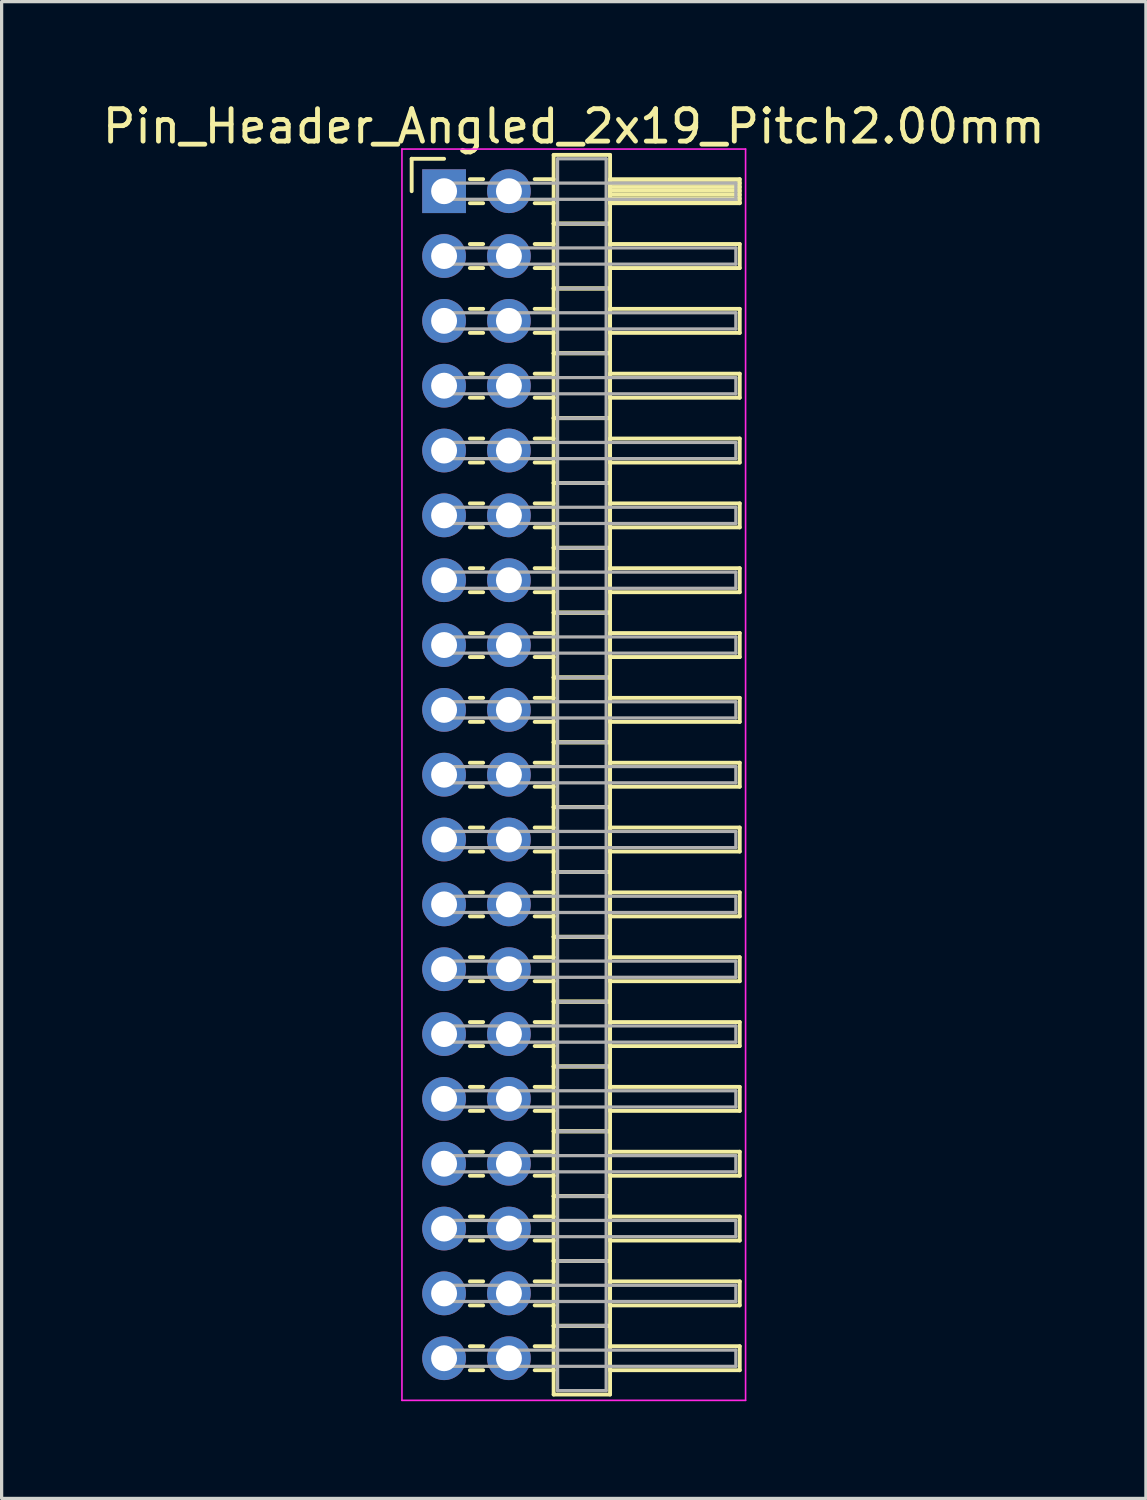
<source format=kicad_pcb>
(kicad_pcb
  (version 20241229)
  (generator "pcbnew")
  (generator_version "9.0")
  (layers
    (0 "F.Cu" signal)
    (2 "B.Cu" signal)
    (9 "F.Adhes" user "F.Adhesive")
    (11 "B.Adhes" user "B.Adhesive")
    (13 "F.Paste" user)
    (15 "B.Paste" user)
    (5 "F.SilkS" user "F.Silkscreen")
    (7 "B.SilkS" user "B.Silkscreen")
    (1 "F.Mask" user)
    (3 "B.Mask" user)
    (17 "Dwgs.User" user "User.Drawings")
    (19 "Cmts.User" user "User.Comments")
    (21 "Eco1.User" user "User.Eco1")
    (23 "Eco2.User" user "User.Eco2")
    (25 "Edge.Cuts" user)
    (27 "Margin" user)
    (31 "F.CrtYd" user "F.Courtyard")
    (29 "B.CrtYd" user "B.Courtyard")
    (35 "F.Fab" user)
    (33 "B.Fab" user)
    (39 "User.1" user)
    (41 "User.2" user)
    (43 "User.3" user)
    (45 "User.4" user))
  (footprint "Pin_Header_Angled_2x19_Pitch2.00mm"
    (layer "F.Cu")
    (at 10.649 2.848)
    (property "Reference" "Pin_Header_Angled_2x19_Pitch2.00mm" (at 4 -2 0) (layer "F.SilkS") (effects (font (size 1 1) (thickness 0.15))))
    (attr through_hole)
    (fp_line (start -1 -1) (end 0 -1) (stroke (width 0.12) (type solid)) (layer "F.SilkS"))
    (fp_line (start -1 0) (end -1 -1) (stroke (width 0.12) (type solid)) (layer "F.SilkS"))
    (fp_line (start 0.795 -0.37) (end 1.205 -0.37) (stroke (width 0.12) (type solid)) (layer "F.SilkS"))
    (fp_line (start 0.795 0.37) (end 1.205 0.37) (stroke (width 0.12) (type solid)) (layer "F.SilkS"))
    (fp_line (start 0.795 1.63) (end 1.205 1.63) (stroke (width 0.12) (type solid)) (layer "F.SilkS"))
    (fp_line (start 0.795 2.37) (end 1.205 2.37) (stroke (width 0.12) (type solid)) (layer "F.SilkS"))
    (fp_line (start 0.795 3.63) (end 1.205 3.63) (stroke (width 0.12) (type solid)) (layer "F.SilkS"))
    (fp_line (start 0.795 4.37) (end 1.205 4.37) (stroke (width 0.12) (type solid)) (layer "F.SilkS"))
    (fp_line (start 0.795 5.63) (end 1.205 5.63) (stroke (width 0.12) (type solid)) (layer "F.SilkS"))
    (fp_line (start 0.795 6.37) (end 1.205 6.37) (stroke (width 0.12) (type solid)) (layer "F.SilkS"))
    (fp_line (start 0.795 7.63) (end 1.205 7.63) (stroke (width 0.12) (type solid)) (layer "F.SilkS"))
    (fp_line (start 0.795 8.37) (end 1.205 8.37) (stroke (width 0.12) (type solid)) (layer "F.SilkS"))
    (fp_line (start 0.795 9.63) (end 1.205 9.63) (stroke (width 0.12) (type solid)) (layer "F.SilkS"))
    (fp_line (start 0.795 10.37) (end 1.205 10.37) (stroke (width 0.12) (type solid)) (layer "F.SilkS"))
    (fp_line (start 0.795 11.63) (end 1.205 11.63) (stroke (width 0.12) (type solid)) (layer "F.SilkS"))
    (fp_line (start 0.795 12.37) (end 1.205 12.37) (stroke (width 0.12) (type solid)) (layer "F.SilkS"))
    (fp_line (start 0.795 13.63) (end 1.205 13.63) (stroke (width 0.12) (type solid)) (layer "F.SilkS"))
    (fp_line (start 0.795 14.37) (end 1.205 14.37) (stroke (width 0.12) (type solid)) (layer "F.SilkS"))
    (fp_line (start 0.795 15.63) (end 1.205 15.63) (stroke (width 0.12) (type solid)) (layer "F.SilkS"))
    (fp_line (start 0.795 16.37) (end 1.205 16.37) (stroke (width 0.12) (type solid)) (layer "F.SilkS"))
    (fp_line (start 0.795 17.63) (end 1.205 17.63) (stroke (width 0.12) (type solid)) (layer "F.SilkS"))
    (fp_line (start 0.795 18.37) (end 1.205 18.37) (stroke (width 0.12) (type solid)) (layer "F.SilkS"))
    (fp_line (start 0.795 19.63) (end 1.205 19.63) (stroke (width 0.12) (type solid)) (layer "F.SilkS"))
    (fp_line (start 0.795 20.37) (end 1.205 20.37) (stroke (width 0.12) (type solid)) (layer "F.SilkS"))
    (fp_line (start 0.795 21.63) (end 1.205 21.63) (stroke (width 0.12) (type solid)) (layer "F.SilkS"))
    (fp_line (start 0.795 22.37) (end 1.205 22.37) (stroke (width 0.12) (type solid)) (layer "F.SilkS"))
    (fp_line (start 0.795 23.63) (end 1.205 23.63) (stroke (width 0.12) (type solid)) (layer "F.SilkS"))
    (fp_line (start 0.795 24.37) (end 1.205 24.37) (stroke (width 0.12) (type solid)) (layer "F.SilkS"))
    (fp_line (start 0.795 25.63) (end 1.205 25.63) (stroke (width 0.12) (type solid)) (layer "F.SilkS"))
    (fp_line (start 0.795 26.37) (end 1.205 26.37) (stroke (width 0.12) (type solid)) (layer "F.SilkS"))
    (fp_line (start 0.795 27.63) (end 1.205 27.63) (stroke (width 0.12) (type solid)) (layer "F.SilkS"))
    (fp_line (start 0.795 28.37) (end 1.205 28.37) (stroke (width 0.12) (type solid)) (layer "F.SilkS"))
    (fp_line (start 0.795 29.63) (end 1.205 29.63) (stroke (width 0.12) (type solid)) (layer "F.SilkS"))
    (fp_line (start 0.795 30.37) (end 1.205 30.37) (stroke (width 0.12) (type solid)) (layer "F.SilkS"))
    (fp_line (start 0.795 31.63) (end 1.205 31.63) (stroke (width 0.12) (type solid)) (layer "F.SilkS"))
    (fp_line (start 0.795 32.37) (end 1.205 32.37) (stroke (width 0.12) (type solid)) (layer "F.SilkS"))
    (fp_line (start 0.795 33.63) (end 1.205 33.63) (stroke (width 0.12) (type solid)) (layer "F.SilkS"))
    (fp_line (start 0.795 34.37) (end 1.205 34.37) (stroke (width 0.12) (type solid)) (layer "F.SilkS"))
    (fp_line (start 0.795 35.63) (end 1.205 35.63) (stroke (width 0.12) (type solid)) (layer "F.SilkS"))
    (fp_line (start 0.795 36.37) (end 1.205 36.37) (stroke (width 0.12) (type solid)) (layer "F.SilkS"))
    (fp_line (start 2.795 -0.37) (end 3.38 -0.37) (stroke (width 0.12) (type solid)) (layer "F.SilkS"))
    (fp_line (start 2.795 0.37) (end 3.38 0.37) (stroke (width 0.12) (type solid)) (layer "F.SilkS"))
    (fp_line (start 2.795 1.63) (end 3.38 1.63) (stroke (width 0.12) (type solid)) (layer "F.SilkS"))
    (fp_line (start 2.795 2.37) (end 3.38 2.37) (stroke (width 0.12) (type solid)) (layer "F.SilkS"))
    (fp_line (start 2.795 3.63) (end 3.38 3.63) (stroke (width 0.12) (type solid)) (layer "F.SilkS"))
    (fp_line (start 2.795 4.37) (end 3.38 4.37) (stroke (width 0.12) (type solid)) (layer "F.SilkS"))
    (fp_line (start 2.795 5.63) (end 3.38 5.63) (stroke (width 0.12) (type solid)) (layer "F.SilkS"))
    (fp_line (start 2.795 6.37) (end 3.38 6.37) (stroke (width 0.12) (type solid)) (layer "F.SilkS"))
    (fp_line (start 2.795 7.63) (end 3.38 7.63) (stroke (width 0.12) (type solid)) (layer "F.SilkS"))
    (fp_line (start 2.795 8.37) (end 3.38 8.37) (stroke (width 0.12) (type solid)) (layer "F.SilkS"))
    (fp_line (start 2.795 9.63) (end 3.38 9.63) (stroke (width 0.12) (type solid)) (layer "F.SilkS"))
    (fp_line (start 2.795 10.37) (end 3.38 10.37) (stroke (width 0.12) (type solid)) (layer "F.SilkS"))
    (fp_line (start 2.795 11.63) (end 3.38 11.63) (stroke (width 0.12) (type solid)) (layer "F.SilkS"))
    (fp_line (start 2.795 12.37) (end 3.38 12.37) (stroke (width 0.12) (type solid)) (layer "F.SilkS"))
    (fp_line (start 2.795 13.63) (end 3.38 13.63) (stroke (width 0.12) (type solid)) (layer "F.SilkS"))
    (fp_line (start 2.795 14.37) (end 3.38 14.37) (stroke (width 0.12) (type solid)) (layer "F.SilkS"))
    (fp_line (start 2.795 15.63) (end 3.38 15.63) (stroke (width 0.12) (type solid)) (layer "F.SilkS"))
    (fp_line (start 2.795 16.37) (end 3.38 16.37) (stroke (width 0.12) (type solid)) (layer "F.SilkS"))
    (fp_line (start 2.795 17.63) (end 3.38 17.63) (stroke (width 0.12) (type solid)) (layer "F.SilkS"))
    (fp_line (start 2.795 18.37) (end 3.38 18.37) (stroke (width 0.12) (type solid)) (layer "F.SilkS"))
    (fp_line (start 2.795 19.63) (end 3.38 19.63) (stroke (width 0.12) (type solid)) (layer "F.SilkS"))
    (fp_line (start 2.795 20.37) (end 3.38 20.37) (stroke (width 0.12) (type solid)) (layer "F.SilkS"))
    (fp_line (start 2.795 21.63) (end 3.38 21.63) (stroke (width 0.12) (type solid)) (layer "F.SilkS"))
    (fp_line (start 2.795 22.37) (end 3.38 22.37) (stroke (width 0.12) (type solid)) (layer "F.SilkS"))
    (fp_line (start 2.795 23.63) (end 3.38 23.63) (stroke (width 0.12) (type solid)) (layer "F.SilkS"))
    (fp_line (start 2.795 24.37) (end 3.38 24.37) (stroke (width 0.12) (type solid)) (layer "F.SilkS"))
    (fp_line (start 2.795 25.63) (end 3.38 25.63) (stroke (width 0.12) (type solid)) (layer "F.SilkS"))
    (fp_line (start 2.795 26.37) (end 3.38 26.37) (stroke (width 0.12) (type solid)) (layer "F.SilkS"))
    (fp_line (start 2.795 27.63) (end 3.38 27.63) (stroke (width 0.12) (type solid)) (layer "F.SilkS"))
    (fp_line (start 2.795 28.37) (end 3.38 28.37) (stroke (width 0.12) (type solid)) (layer "F.SilkS"))
    (fp_line (start 2.795 29.63) (end 3.38 29.63) (stroke (width 0.12) (type solid)) (layer "F.SilkS"))
    (fp_line (start 2.795 30.37) (end 3.38 30.37) (stroke (width 0.12) (type solid)) (layer "F.SilkS"))
    (fp_line (start 2.795 31.63) (end 3.38 31.63) (stroke (width 0.12) (type solid)) (layer "F.SilkS"))
    (fp_line (start 2.795 32.37) (end 3.38 32.37) (stroke (width 0.12) (type solid)) (layer "F.SilkS"))
    (fp_line (start 2.795 33.63) (end 3.38 33.63) (stroke (width 0.12) (type solid)) (layer "F.SilkS"))
    (fp_line (start 2.795 34.37) (end 3.38 34.37) (stroke (width 0.12) (type solid)) (layer "F.SilkS"))
    (fp_line (start 2.795 35.63) (end 3.38 35.63) (stroke (width 0.12) (type solid)) (layer "F.SilkS"))
    (fp_line (start 2.795 36.37) (end 3.38 36.37) (stroke (width 0.12) (type solid)) (layer "F.SilkS"))
    (fp_line (start 3.38 -1.12) (end 3.38 1) (stroke (width 0.12) (type solid)) (layer "F.SilkS"))
    (fp_line (start 3.38 1) (end 3.38 3) (stroke (width 0.12) (type solid)) (layer "F.SilkS"))
    (fp_line (start 3.38 1) (end 5.12 1) (stroke (width 0.12) (type solid)) (layer "F.SilkS"))
    (fp_line (start 3.38 3) (end 3.38 5) (stroke (width 0.12) (type solid)) (layer "F.SilkS"))
    (fp_line (start 3.38 3) (end 5.12 3) (stroke (width 0.12) (type solid)) (layer "F.SilkS"))
    (fp_line (start 3.38 5) (end 3.38 7) (stroke (width 0.12) (type solid)) (layer "F.SilkS"))
    (fp_line (start 3.38 5) (end 5.12 5) (stroke (width 0.12) (type solid)) (layer "F.SilkS"))
    (fp_line (start 3.38 7) (end 3.38 9) (stroke (width 0.12) (type solid)) (layer "F.SilkS"))
    (fp_line (start 3.38 7) (end 5.12 7) (stroke (width 0.12) (type solid)) (layer "F.SilkS"))
    (fp_line (start 3.38 9) (end 3.38 11) (stroke (width 0.12) (type solid)) (layer "F.SilkS"))
    (fp_line (start 3.38 9) (end 5.12 9) (stroke (width 0.12) (type solid)) (layer "F.SilkS"))
    (fp_line (start 3.38 11) (end 3.38 13) (stroke (width 0.12) (type solid)) (layer "F.SilkS"))
    (fp_line (start 3.38 11) (end 5.12 11) (stroke (width 0.12) (type solid)) (layer "F.SilkS"))
    (fp_line (start 3.38 13) (end 3.38 15) (stroke (width 0.12) (type solid)) (layer "F.SilkS"))
    (fp_line (start 3.38 13) (end 5.12 13) (stroke (width 0.12) (type solid)) (layer "F.SilkS"))
    (fp_line (start 3.38 15) (end 3.38 17) (stroke (width 0.12) (type solid)) (layer "F.SilkS"))
    (fp_line (start 3.38 15) (end 5.12 15) (stroke (width 0.12) (type solid)) (layer "F.SilkS"))
    (fp_line (start 3.38 17) (end 3.38 19) (stroke (width 0.12) (type solid)) (layer "F.SilkS"))
    (fp_line (start 3.38 17) (end 5.12 17) (stroke (width 0.12) (type solid)) (layer "F.SilkS"))
    (fp_line (start 3.38 19) (end 3.38 21) (stroke (width 0.12) (type solid)) (layer "F.SilkS"))
    (fp_line (start 3.38 19) (end 5.12 19) (stroke (width 0.12) (type solid)) (layer "F.SilkS"))
    (fp_line (start 3.38 21) (end 3.38 23) (stroke (width 0.12) (type solid)) (layer "F.SilkS"))
    (fp_line (start 3.38 21) (end 5.12 21) (stroke (width 0.12) (type solid)) (layer "F.SilkS"))
    (fp_line (start 3.38 23) (end 3.38 25) (stroke (width 0.12) (type solid)) (layer "F.SilkS"))
    (fp_line (start 3.38 23) (end 5.12 23) (stroke (width 0.12) (type solid)) (layer "F.SilkS"))
    (fp_line (start 3.38 25) (end 3.38 27) (stroke (width 0.12) (type solid)) (layer "F.SilkS"))
    (fp_line (start 3.38 25) (end 5.12 25) (stroke (width 0.12) (type solid)) (layer "F.SilkS"))
    (fp_line (start 3.38 27) (end 3.38 29) (stroke (width 0.12) (type solid)) (layer "F.SilkS"))
    (fp_line (start 3.38 27) (end 5.12 27) (stroke (width 0.12) (type solid)) (layer "F.SilkS"))
    (fp_line (start 3.38 29) (end 3.38 31) (stroke (width 0.12) (type solid)) (layer "F.SilkS"))
    (fp_line (start 3.38 29) (end 5.12 29) (stroke (width 0.12) (type solid)) (layer "F.SilkS"))
    (fp_line (start 3.38 31) (end 3.38 33) (stroke (width 0.12) (type solid)) (layer "F.SilkS"))
    (fp_line (start 3.38 31) (end 5.12 31) (stroke (width 0.12) (type solid)) (layer "F.SilkS"))
    (fp_line (start 3.38 33) (end 3.38 35) (stroke (width 0.12) (type solid)) (layer "F.SilkS"))
    (fp_line (start 3.38 33) (end 5.12 33) (stroke (width 0.12) (type solid)) (layer "F.SilkS"))
    (fp_line (start 3.38 35) (end 3.38 37.12) (stroke (width 0.12) (type solid)) (layer "F.SilkS"))
    (fp_line (start 3.38 35) (end 5.12 35) (stroke (width 0.12) (type solid)) (layer "F.SilkS"))
    (fp_line (start 3.38 37.12) (end 5.12 37.12) (stroke (width 0.12) (type solid)) (layer "F.SilkS"))
    (fp_line (start 5.12 -1.12) (end 3.38 -1.12) (stroke (width 0.12) (type solid)) (layer "F.SilkS"))
    (fp_line (start 5.12 -0.37) (end 5.12 0.37) (stroke (width 0.12) (type solid)) (layer "F.SilkS"))
    (fp_line (start 5.12 -0.25) (end 9.12 -0.25) (stroke (width 0.12) (type solid)) (layer "F.SilkS"))
    (fp_line (start 5.12 -0.13) (end 9.12 -0.13) (stroke (width 0.12) (type solid)) (layer "F.SilkS"))
    (fp_line (start 5.12 -0.01) (end 9.12 -0.01) (stroke (width 0.12) (type solid)) (layer "F.SilkS"))
    (fp_line (start 5.12 0.11) (end 9.12 0.11) (stroke (width 0.12) (type solid)) (layer "F.SilkS"))
    (fp_line (start 5.12 0.23) (end 9.12 0.23) (stroke (width 0.12) (type solid)) (layer "F.SilkS"))
    (fp_line (start 5.12 0.35) (end 9.12 0.35) (stroke (width 0.12) (type solid)) (layer "F.SilkS"))
    (fp_line (start 5.12 0.37) (end 9.12 0.37) (stroke (width 0.12) (type solid)) (layer "F.SilkS"))
    (fp_line (start 5.12 1) (end 3.38 1) (stroke (width 0.12) (type solid)) (layer "F.SilkS"))
    (fp_line (start 5.12 1) (end 5.12 -1.12) (stroke (width 0.12) (type solid)) (layer "F.SilkS"))
    (fp_line (start 5.12 1.63) (end 5.12 2.37) (stroke (width 0.12) (type solid)) (layer "F.SilkS"))
    (fp_line (start 5.12 2.37) (end 9.12 2.37) (stroke (width 0.12) (type solid)) (layer "F.SilkS"))
    (fp_line (start 5.12 3) (end 3.38 3) (stroke (width 0.12) (type solid)) (layer "F.SilkS"))
    (fp_line (start 5.12 3) (end 5.12 1) (stroke (width 0.12) (type solid)) (layer "F.SilkS"))
    (fp_line (start 5.12 3.63) (end 5.12 4.37) (stroke (width 0.12) (type solid)) (layer "F.SilkS"))
    (fp_line (start 5.12 4.37) (end 9.12 4.37) (stroke (width 0.12) (type solid)) (layer "F.SilkS"))
    (fp_line (start 5.12 5) (end 3.38 5) (stroke (width 0.12) (type solid)) (layer "F.SilkS"))
    (fp_line (start 5.12 5) (end 5.12 3) (stroke (width 0.12) (type solid)) (layer "F.SilkS"))
    (fp_line (start 5.12 5.63) (end 5.12 6.37) (stroke (width 0.12) (type solid)) (layer "F.SilkS"))
    (fp_line (start 5.12 6.37) (end 9.12 6.37) (stroke (width 0.12) (type solid)) (layer "F.SilkS"))
    (fp_line (start 5.12 7) (end 3.38 7) (stroke (width 0.12) (type solid)) (layer "F.SilkS"))
    (fp_line (start 5.12 7) (end 5.12 5) (stroke (width 0.12) (type solid)) (layer "F.SilkS"))
    (fp_line (start 5.12 7.63) (end 5.12 8.37) (stroke (width 0.12) (type solid)) (layer "F.SilkS"))
    (fp_line (start 5.12 8.37) (end 9.12 8.37) (stroke (width 0.12) (type solid)) (layer "F.SilkS"))
    (fp_line (start 5.12 9) (end 3.38 9) (stroke (width 0.12) (type solid)) (layer "F.SilkS"))
    (fp_line (start 5.12 9) (end 5.12 7) (stroke (width 0.12) (type solid)) (layer "F.SilkS"))
    (fp_line (start 5.12 9.63) (end 5.12 10.37) (stroke (width 0.12) (type solid)) (layer "F.SilkS"))
    (fp_line (start 5.12 10.37) (end 9.12 10.37) (stroke (width 0.12) (type solid)) (layer "F.SilkS"))
    (fp_line (start 5.12 11) (end 3.38 11) (stroke (width 0.12) (type solid)) (layer "F.SilkS"))
    (fp_line (start 5.12 11) (end 5.12 9) (stroke (width 0.12) (type solid)) (layer "F.SilkS"))
    (fp_line (start 5.12 11.63) (end 5.12 12.37) (stroke (width 0.12) (type solid)) (layer "F.SilkS"))
    (fp_line (start 5.12 12.37) (end 9.12 12.37) (stroke (width 0.12) (type solid)) (layer "F.SilkS"))
    (fp_line (start 5.12 13) (end 3.38 13) (stroke (width 0.12) (type solid)) (layer "F.SilkS"))
    (fp_line (start 5.12 13) (end 5.12 11) (stroke (width 0.12) (type solid)) (layer "F.SilkS"))
    (fp_line (start 5.12 13.63) (end 5.12 14.37) (stroke (width 0.12) (type solid)) (layer "F.SilkS"))
    (fp_line (start 5.12 14.37) (end 9.12 14.37) (stroke (width 0.12) (type solid)) (layer "F.SilkS"))
    (fp_line (start 5.12 15) (end 3.38 15) (stroke (width 0.12) (type solid)) (layer "F.SilkS"))
    (fp_line (start 5.12 15) (end 5.12 13) (stroke (width 0.12) (type solid)) (layer "F.SilkS"))
    (fp_line (start 5.12 15.63) (end 5.12 16.37) (stroke (width 0.12) (type solid)) (layer "F.SilkS"))
    (fp_line (start 5.12 16.37) (end 9.12 16.37) (stroke (width 0.12) (type solid)) (layer "F.SilkS"))
    (fp_line (start 5.12 17) (end 3.38 17) (stroke (width 0.12) (type solid)) (layer "F.SilkS"))
    (fp_line (start 5.12 17) (end 5.12 15) (stroke (width 0.12) (type solid)) (layer "F.SilkS"))
    (fp_line (start 5.12 17.63) (end 5.12 18.37) (stroke (width 0.12) (type solid)) (layer "F.SilkS"))
    (fp_line (start 5.12 18.37) (end 9.12 18.37) (stroke (width 0.12) (type solid)) (layer "F.SilkS"))
    (fp_line (start 5.12 19) (end 3.38 19) (stroke (width 0.12) (type solid)) (layer "F.SilkS"))
    (fp_line (start 5.12 19) (end 5.12 17) (stroke (width 0.12) (type solid)) (layer "F.SilkS"))
    (fp_line (start 5.12 19.63) (end 5.12 20.37) (stroke (width 0.12) (type solid)) (layer "F.SilkS"))
    (fp_line (start 5.12 20.37) (end 9.12 20.37) (stroke (width 0.12) (type solid)) (layer "F.SilkS"))
    (fp_line (start 5.12 21) (end 3.38 21) (stroke (width 0.12) (type solid)) (layer "F.SilkS"))
    (fp_line (start 5.12 21) (end 5.12 19) (stroke (width 0.12) (type solid)) (layer "F.SilkS"))
    (fp_line (start 5.12 21.63) (end 5.12 22.37) (stroke (width 0.12) (type solid)) (layer "F.SilkS"))
    (fp_line (start 5.12 22.37) (end 9.12 22.37) (stroke (width 0.12) (type solid)) (layer "F.SilkS"))
    (fp_line (start 5.12 23) (end 3.38 23) (stroke (width 0.12) (type solid)) (layer "F.SilkS"))
    (fp_line (start 5.12 23) (end 5.12 21) (stroke (width 0.12) (type solid)) (layer "F.SilkS"))
    (fp_line (start 5.12 23.63) (end 5.12 24.37) (stroke (width 0.12) (type solid)) (layer "F.SilkS"))
    (fp_line (start 5.12 24.37) (end 9.12 24.37) (stroke (width 0.12) (type solid)) (layer "F.SilkS"))
    (fp_line (start 5.12 25) (end 3.38 25) (stroke (width 0.12) (type solid)) (layer "F.SilkS"))
    (fp_line (start 5.12 25) (end 5.12 23) (stroke (width 0.12) (type solid)) (layer "F.SilkS"))
    (fp_line (start 5.12 25.63) (end 5.12 26.37) (stroke (width 0.12) (type solid)) (layer "F.SilkS"))
    (fp_line (start 5.12 26.37) (end 9.12 26.37) (stroke (width 0.12) (type solid)) (layer "F.SilkS"))
    (fp_line (start 5.12 27) (end 3.38 27) (stroke (width 0.12) (type solid)) (layer "F.SilkS"))
    (fp_line (start 5.12 27) (end 5.12 25) (stroke (width 0.12) (type solid)) (layer "F.SilkS"))
    (fp_line (start 5.12 27.63) (end 5.12 28.37) (stroke (width 0.12) (type solid)) (layer "F.SilkS"))
    (fp_line (start 5.12 28.37) (end 9.12 28.37) (stroke (width 0.12) (type solid)) (layer "F.SilkS"))
    (fp_line (start 5.12 29) (end 3.38 29) (stroke (width 0.12) (type solid)) (layer "F.SilkS"))
    (fp_line (start 5.12 29) (end 5.12 27) (stroke (width 0.12) (type solid)) (layer "F.SilkS"))
    (fp_line (start 5.12 29.63) (end 5.12 30.37) (stroke (width 0.12) (type solid)) (layer "F.SilkS"))
    (fp_line (start 5.12 30.37) (end 9.12 30.37) (stroke (width 0.12) (type solid)) (layer "F.SilkS"))
    (fp_line (start 5.12 31) (end 3.38 31) (stroke (width 0.12) (type solid)) (layer "F.SilkS"))
    (fp_line (start 5.12 31) (end 5.12 29) (stroke (width 0.12) (type solid)) (layer "F.SilkS"))
    (fp_line (start 5.12 31.63) (end 5.12 32.37) (stroke (width 0.12) (type solid)) (layer "F.SilkS"))
    (fp_line (start 5.12 32.37) (end 9.12 32.37) (stroke (width 0.12) (type solid)) (layer "F.SilkS"))
    (fp_line (start 5.12 33) (end 3.38 33) (stroke (width 0.12) (type solid)) (layer "F.SilkS"))
    (fp_line (start 5.12 33) (end 5.12 31) (stroke (width 0.12) (type solid)) (layer "F.SilkS"))
    (fp_line (start 5.12 33.63) (end 5.12 34.37) (stroke (width 0.12) (type solid)) (layer "F.SilkS"))
    (fp_line (start 5.12 34.37) (end 9.12 34.37) (stroke (width 0.12) (type solid)) (layer "F.SilkS"))
    (fp_line (start 5.12 35) (end 3.38 35) (stroke (width 0.12) (type solid)) (layer "F.SilkS"))
    (fp_line (start 5.12 35) (end 5.12 33) (stroke (width 0.12) (type solid)) (layer "F.SilkS"))
    (fp_line (start 5.12 35.63) (end 5.12 36.37) (stroke (width 0.12) (type solid)) (layer "F.SilkS"))
    (fp_line (start 5.12 36.37) (end 9.12 36.37) (stroke (width 0.12) (type solid)) (layer "F.SilkS"))
    (fp_line (start 5.12 37.12) (end 5.12 35) (stroke (width 0.12) (type solid)) (layer "F.SilkS"))
    (fp_line (start 9.12 -0.37) (end 5.12 -0.37) (stroke (width 0.12) (type solid)) (layer "F.SilkS"))
    (fp_line (start 9.12 0.37) (end 9.12 -0.37) (stroke (width 0.12) (type solid)) (layer "F.SilkS"))
    (fp_line (start 9.12 1.63) (end 5.12 1.63) (stroke (width 0.12) (type solid)) (layer "F.SilkS"))
    (fp_line (start 9.12 2.37) (end 9.12 1.63) (stroke (width 0.12) (type solid)) (layer "F.SilkS"))
    (fp_line (start 9.12 3.63) (end 5.12 3.63) (stroke (width 0.12) (type solid)) (layer "F.SilkS"))
    (fp_line (start 9.12 4.37) (end 9.12 3.63) (stroke (width 0.12) (type solid)) (layer "F.SilkS"))
    (fp_line (start 9.12 5.63) (end 5.12 5.63) (stroke (width 0.12) (type solid)) (layer "F.SilkS"))
    (fp_line (start 9.12 6.37) (end 9.12 5.63) (stroke (width 0.12) (type solid)) (layer "F.SilkS"))
    (fp_line (start 9.12 7.63) (end 5.12 7.63) (stroke (width 0.12) (type solid)) (layer "F.SilkS"))
    (fp_line (start 9.12 8.37) (end 9.12 7.63) (stroke (width 0.12) (type solid)) (layer "F.SilkS"))
    (fp_line (start 9.12 9.63) (end 5.12 9.63) (stroke (width 0.12) (type solid)) (layer "F.SilkS"))
    (fp_line (start 9.12 10.37) (end 9.12 9.63) (stroke (width 0.12) (type solid)) (layer "F.SilkS"))
    (fp_line (start 9.12 11.63) (end 5.12 11.63) (stroke (width 0.12) (type solid)) (layer "F.SilkS"))
    (fp_line (start 9.12 12.37) (end 9.12 11.63) (stroke (width 0.12) (type solid)) (layer "F.SilkS"))
    (fp_line (start 9.12 13.63) (end 5.12 13.63) (stroke (width 0.12) (type solid)) (layer "F.SilkS"))
    (fp_line (start 9.12 14.37) (end 9.12 13.63) (stroke (width 0.12) (type solid)) (layer "F.SilkS"))
    (fp_line (start 9.12 15.63) (end 5.12 15.63) (stroke (width 0.12) (type solid)) (layer "F.SilkS"))
    (fp_line (start 9.12 16.37) (end 9.12 15.63) (stroke (width 0.12) (type solid)) (layer "F.SilkS"))
    (fp_line (start 9.12 17.63) (end 5.12 17.63) (stroke (width 0.12) (type solid)) (layer "F.SilkS"))
    (fp_line (start 9.12 18.37) (end 9.12 17.63) (stroke (width 0.12) (type solid)) (layer "F.SilkS"))
    (fp_line (start 9.12 19.63) (end 5.12 19.63) (stroke (width 0.12) (type solid)) (layer "F.SilkS"))
    (fp_line (start 9.12 20.37) (end 9.12 19.63) (stroke (width 0.12) (type solid)) (layer "F.SilkS"))
    (fp_line (start 9.12 21.63) (end 5.12 21.63) (stroke (width 0.12) (type solid)) (layer "F.SilkS"))
    (fp_line (start 9.12 22.37) (end 9.12 21.63) (stroke (width 0.12) (type solid)) (layer "F.SilkS"))
    (fp_line (start 9.12 23.63) (end 5.12 23.63) (stroke (width 0.12) (type solid)) (layer "F.SilkS"))
    (fp_line (start 9.12 24.37) (end 9.12 23.63) (stroke (width 0.12) (type solid)) (layer "F.SilkS"))
    (fp_line (start 9.12 25.63) (end 5.12 25.63) (stroke (width 0.12) (type solid)) (layer "F.SilkS"))
    (fp_line (start 9.12 26.37) (end 9.12 25.63) (stroke (width 0.12) (type solid)) (layer "F.SilkS"))
    (fp_line (start 9.12 27.63) (end 5.12 27.63) (stroke (width 0.12) (type solid)) (layer "F.SilkS"))
    (fp_line (start 9.12 28.37) (end 9.12 27.63) (stroke (width 0.12) (type solid)) (layer "F.SilkS"))
    (fp_line (start 9.12 29.63) (end 5.12 29.63) (stroke (width 0.12) (type solid)) (layer "F.SilkS"))
    (fp_line (start 9.12 30.37) (end 9.12 29.63) (stroke (width 0.12) (type solid)) (layer "F.SilkS"))
    (fp_line (start 9.12 31.63) (end 5.12 31.63) (stroke (width 0.12) (type solid)) (layer "F.SilkS"))
    (fp_line (start 9.12 32.37) (end 9.12 31.63) (stroke (width 0.12) (type solid)) (layer "F.SilkS"))
    (fp_line (start 9.12 33.63) (end 5.12 33.63) (stroke (width 0.12) (type solid)) (layer "F.SilkS"))
    (fp_line (start 9.12 34.37) (end 9.12 33.63) (stroke (width 0.12) (type solid)) (layer "F.SilkS"))
    (fp_line (start 9.12 35.63) (end 5.12 35.63) (stroke (width 0.12) (type solid)) (layer "F.SilkS"))
    (fp_line (start 9.12 36.37) (end 9.12 35.63) (stroke (width 0.12) (type solid)) (layer "F.SilkS"))
    (fp_line (start -1.3 -1.3) (end -1.3 37.3) (stroke (width 0.05) (type solid)) (layer "F.CrtYd"))
    (fp_line (start -1.3 37.3) (end 9.3 37.3) (stroke (width 0.05) (type solid)) (layer "F.CrtYd"))
    (fp_line (start 9.3 -1.3) (end -1.3 -1.3) (stroke (width 0.05) (type solid)) (layer "F.CrtYd"))
    (fp_line (start 9.3 37.3) (end 9.3 -1.3) (stroke (width 0.05) (type solid)) (layer "F.CrtYd"))
    (fp_line (start 0 -0.25) (end 0 0.25) (stroke (width 0.1) (type solid)) (layer "F.Fab"))
    (fp_line (start 0 0.25) (end 9 0.25) (stroke (width 0.1) (type solid)) (layer "F.Fab"))
    (fp_line (start 0 1.75) (end 0 2.25) (stroke (width 0.1) (type solid)) (layer "F.Fab"))
    (fp_line (start 0 2.25) (end 9 2.25) (stroke (width 0.1) (type solid)) (layer "F.Fab"))
    (fp_line (start 0 3.75) (end 0 4.25) (stroke (width 0.1) (type solid)) (layer "F.Fab"))
    (fp_line (start 0 4.25) (end 9 4.25) (stroke (width 0.1) (type solid)) (layer "F.Fab"))
    (fp_line (start 0 5.75) (end 0 6.25) (stroke (width 0.1) (type solid)) (layer "F.Fab"))
    (fp_line (start 0 6.25) (end 9 6.25) (stroke (width 0.1) (type solid)) (layer "F.Fab"))
    (fp_line (start 0 7.75) (end 0 8.25) (stroke (width 0.1) (type solid)) (layer "F.Fab"))
    (fp_line (start 0 8.25) (end 9 8.25) (stroke (width 0.1) (type solid)) (layer "F.Fab"))
    (fp_line (start 0 9.75) (end 0 10.25) (stroke (width 0.1) (type solid)) (layer "F.Fab"))
    (fp_line (start 0 10.25) (end 9 10.25) (stroke (width 0.1) (type solid)) (layer "F.Fab"))
    (fp_line (start 0 11.75) (end 0 12.25) (stroke (width 0.1) (type solid)) (layer "F.Fab"))
    (fp_line (start 0 12.25) (end 9 12.25) (stroke (width 0.1) (type solid)) (layer "F.Fab"))
    (fp_line (start 0 13.75) (end 0 14.25) (stroke (width 0.1) (type solid)) (layer "F.Fab"))
    (fp_line (start 0 14.25) (end 9 14.25) (stroke (width 0.1) (type solid)) (layer "F.Fab"))
    (fp_line (start 0 15.75) (end 0 16.25) (stroke (width 0.1) (type solid)) (layer "F.Fab"))
    (fp_line (start 0 16.25) (end 9 16.25) (stroke (width 0.1) (type solid)) (layer "F.Fab"))
    (fp_line (start 0 17.75) (end 0 18.25) (stroke (width 0.1) (type solid)) (layer "F.Fab"))
    (fp_line (start 0 18.25) (end 9 18.25) (stroke (width 0.1) (type solid)) (layer "F.Fab"))
    (fp_line (start 0 19.75) (end 0 20.25) (stroke (width 0.1) (type solid)) (layer "F.Fab"))
    (fp_line (start 0 20.25) (end 9 20.25) (stroke (width 0.1) (type solid)) (layer "F.Fab"))
    (fp_line (start 0 21.75) (end 0 22.25) (stroke (width 0.1) (type solid)) (layer "F.Fab"))
    (fp_line (start 0 22.25) (end 9 22.25) (stroke (width 0.1) (type solid)) (layer "F.Fab"))
    (fp_line (start 0 23.75) (end 0 24.25) (stroke (width 0.1) (type solid)) (layer "F.Fab"))
    (fp_line (start 0 24.25) (end 9 24.25) (stroke (width 0.1) (type solid)) (layer "F.Fab"))
    (fp_line (start 0 25.75) (end 0 26.25) (stroke (width 0.1) (type solid)) (layer "F.Fab"))
    (fp_line (start 0 26.25) (end 9 26.25) (stroke (width 0.1) (type solid)) (layer "F.Fab"))
    (fp_line (start 0 27.75) (end 0 28.25) (stroke (width 0.1) (type solid)) (layer "F.Fab"))
    (fp_line (start 0 28.25) (end 9 28.25) (stroke (width 0.1) (type solid)) (layer "F.Fab"))
    (fp_line (start 0 29.75) (end 0 30.25) (stroke (width 0.1) (type solid)) (layer "F.Fab"))
    (fp_line (start 0 30.25) (end 9 30.25) (stroke (width 0.1) (type solid)) (layer "F.Fab"))
    (fp_line (start 0 31.75) (end 0 32.25) (stroke (width 0.1) (type solid)) (layer "F.Fab"))
    (fp_line (start 0 32.25) (end 9 32.25) (stroke (width 0.1) (type solid)) (layer "F.Fab"))
    (fp_line (start 0 33.75) (end 0 34.25) (stroke (width 0.1) (type solid)) (layer "F.Fab"))
    (fp_line (start 0 34.25) (end 9 34.25) (stroke (width 0.1) (type solid)) (layer "F.Fab"))
    (fp_line (start 0 35.75) (end 0 36.25) (stroke (width 0.1) (type solid)) (layer "F.Fab"))
    (fp_line (start 0 36.25) (end 9 36.25) (stroke (width 0.1) (type solid)) (layer "F.Fab"))
    (fp_line (start 3.5 -1) (end 3.5 1) (stroke (width 0.1) (type solid)) (layer "F.Fab"))
    (fp_line (start 3.5 1) (end 3.5 3) (stroke (width 0.1) (type solid)) (layer "F.Fab"))
    (fp_line (start 3.5 1) (end 5 1) (stroke (width 0.1) (type solid)) (layer "F.Fab"))
    (fp_line (start 3.5 3) (end 3.5 5) (stroke (width 0.1) (type solid)) (layer "F.Fab"))
    (fp_line (start 3.5 3) (end 5 3) (stroke (width 0.1) (type solid)) (layer "F.Fab"))
    (fp_line (start 3.5 5) (end 3.5 7) (stroke (width 0.1) (type solid)) (layer "F.Fab"))
    (fp_line (start 3.5 5) (end 5 5) (stroke (width 0.1) (type solid)) (layer "F.Fab"))
    (fp_line (start 3.5 7) (end 3.5 9) (stroke (width 0.1) (type solid)) (layer "F.Fab"))
    (fp_line (start 3.5 7) (end 5 7) (stroke (width 0.1) (type solid)) (layer "F.Fab"))
    (fp_line (start 3.5 9) (end 3.5 11) (stroke (width 0.1) (type solid)) (layer "F.Fab"))
    (fp_line (start 3.5 9) (end 5 9) (stroke (width 0.1) (type solid)) (layer "F.Fab"))
    (fp_line (start 3.5 11) (end 3.5 13) (stroke (width 0.1) (type solid)) (layer "F.Fab"))
    (fp_line (start 3.5 11) (end 5 11) (stroke (width 0.1) (type solid)) (layer "F.Fab"))
    (fp_line (start 3.5 13) (end 3.5 15) (stroke (width 0.1) (type solid)) (layer "F.Fab"))
    (fp_line (start 3.5 13) (end 5 13) (stroke (width 0.1) (type solid)) (layer "F.Fab"))
    (fp_line (start 3.5 15) (end 3.5 17) (stroke (width 0.1) (type solid)) (layer "F.Fab"))
    (fp_line (start 3.5 15) (end 5 15) (stroke (width 0.1) (type solid)) (layer "F.Fab"))
    (fp_line (start 3.5 17) (end 3.5 19) (stroke (width 0.1) (type solid)) (layer "F.Fab"))
    (fp_line (start 3.5 17) (end 5 17) (stroke (width 0.1) (type solid)) (layer "F.Fab"))
    (fp_line (start 3.5 19) (end 3.5 21) (stroke (width 0.1) (type solid)) (layer "F.Fab"))
    (fp_line (start 3.5 19) (end 5 19) (stroke (width 0.1) (type solid)) (layer "F.Fab"))
    (fp_line (start 3.5 21) (end 3.5 23) (stroke (width 0.1) (type solid)) (layer "F.Fab"))
    (fp_line (start 3.5 21) (end 5 21) (stroke (width 0.1) (type solid)) (layer "F.Fab"))
    (fp_line (start 3.5 23) (end 3.5 25) (stroke (width 0.1) (type solid)) (layer "F.Fab"))
    (fp_line (start 3.5 23) (end 5 23) (stroke (width 0.1) (type solid)) (layer "F.Fab"))
    (fp_line (start 3.5 25) (end 3.5 27) (stroke (width 0.1) (type solid)) (layer "F.Fab"))
    (fp_line (start 3.5 25) (end 5 25) (stroke (width 0.1) (type solid)) (layer "F.Fab"))
    (fp_line (start 3.5 27) (end 3.5 29) (stroke (width 0.1) (type solid)) (layer "F.Fab"))
    (fp_line (start 3.5 27) (end 5 27) (stroke (width 0.1) (type solid)) (layer "F.Fab"))
    (fp_line (start 3.5 29) (end 3.5 31) (stroke (width 0.1) (type solid)) (layer "F.Fab"))
    (fp_line (start 3.5 29) (end 5 29) (stroke (width 0.1) (type solid)) (layer "F.Fab"))
    (fp_line (start 3.5 31) (end 3.5 33) (stroke (width 0.1) (type solid)) (layer "F.Fab"))
    (fp_line (start 3.5 31) (end 5 31) (stroke (width 0.1) (type solid)) (layer "F.Fab"))
    (fp_line (start 3.5 33) (end 3.5 35) (stroke (width 0.1) (type solid)) (layer "F.Fab"))
    (fp_line (start 3.5 33) (end 5 33) (stroke (width 0.1) (type solid)) (layer "F.Fab"))
    (fp_line (start 3.5 35) (end 3.5 37) (stroke (width 0.1) (type solid)) (layer "F.Fab"))
    (fp_line (start 3.5 35) (end 5 35) (stroke (width 0.1) (type solid)) (layer "F.Fab"))
    (fp_line (start 3.5 37) (end 5 37) (stroke (width 0.1) (type solid)) (layer "F.Fab"))
    (fp_line (start 5 -1) (end 3.5 -1) (stroke (width 0.1) (type solid)) (layer "F.Fab"))
    (fp_line (start 5 1) (end 3.5 1) (stroke (width 0.1) (type solid)) (layer "F.Fab"))
    (fp_line (start 5 1) (end 5 -1) (stroke (width 0.1) (type solid)) (layer "F.Fab"))
    (fp_line (start 5 3) (end 3.5 3) (stroke (width 0.1) (type solid)) (layer "F.Fab"))
    (fp_line (start 5 3) (end 5 1) (stroke (width 0.1) (type solid)) (layer "F.Fab"))
    (fp_line (start 5 5) (end 3.5 5) (stroke (width 0.1) (type solid)) (layer "F.Fab"))
    (fp_line (start 5 5) (end 5 3) (stroke (width 0.1) (type solid)) (layer "F.Fab"))
    (fp_line (start 5 7) (end 3.5 7) (stroke (width 0.1) (type solid)) (layer "F.Fab"))
    (fp_line (start 5 7) (end 5 5) (stroke (width 0.1) (type solid)) (layer "F.Fab"))
    (fp_line (start 5 9) (end 3.5 9) (stroke (width 0.1) (type solid)) (layer "F.Fab"))
    (fp_line (start 5 9) (end 5 7) (stroke (width 0.1) (type solid)) (layer "F.Fab"))
    (fp_line (start 5 11) (end 3.5 11) (stroke (width 0.1) (type solid)) (layer "F.Fab"))
    (fp_line (start 5 11) (end 5 9) (stroke (width 0.1) (type solid)) (layer "F.Fab"))
    (fp_line (start 5 13) (end 3.5 13) (stroke (width 0.1) (type solid)) (layer "F.Fab"))
    (fp_line (start 5 13) (end 5 11) (stroke (width 0.1) (type solid)) (layer "F.Fab"))
    (fp_line (start 5 15) (end 3.5 15) (stroke (width 0.1) (type solid)) (layer "F.Fab"))
    (fp_line (start 5 15) (end 5 13) (stroke (width 0.1) (type solid)) (layer "F.Fab"))
    (fp_line (start 5 17) (end 3.5 17) (stroke (width 0.1) (type solid)) (layer "F.Fab"))
    (fp_line (start 5 17) (end 5 15) (stroke (width 0.1) (type solid)) (layer "F.Fab"))
    (fp_line (start 5 19) (end 3.5 19) (stroke (width 0.1) (type solid)) (layer "F.Fab"))
    (fp_line (start 5 19) (end 5 17) (stroke (width 0.1) (type solid)) (layer "F.Fab"))
    (fp_line (start 5 21) (end 3.5 21) (stroke (width 0.1) (type solid)) (layer "F.Fab"))
    (fp_line (start 5 21) (end 5 19) (stroke (width 0.1) (type solid)) (layer "F.Fab"))
    (fp_line (start 5 23) (end 3.5 23) (stroke (width 0.1) (type solid)) (layer "F.Fab"))
    (fp_line (start 5 23) (end 5 21) (stroke (width 0.1) (type solid)) (layer "F.Fab"))
    (fp_line (start 5 25) (end 3.5 25) (stroke (width 0.1) (type solid)) (layer "F.Fab"))
    (fp_line (start 5 25) (end 5 23) (stroke (width 0.1) (type solid)) (layer "F.Fab"))
    (fp_line (start 5 27) (end 3.5 27) (stroke (width 0.1) (type solid)) (layer "F.Fab"))
    (fp_line (start 5 27) (end 5 25) (stroke (width 0.1) (type solid)) (layer "F.Fab"))
    (fp_line (start 5 29) (end 3.5 29) (stroke (width 0.1) (type solid)) (layer "F.Fab"))
    (fp_line (start 5 29) (end 5 27) (stroke (width 0.1) (type solid)) (layer "F.Fab"))
    (fp_line (start 5 31) (end 3.5 31) (stroke (width 0.1) (type solid)) (layer "F.Fab"))
    (fp_line (start 5 31) (end 5 29) (stroke (width 0.1) (type solid)) (layer "F.Fab"))
    (fp_line (start 5 33) (end 3.5 33) (stroke (width 0.1) (type solid)) (layer "F.Fab"))
    (fp_line (start 5 33) (end 5 31) (stroke (width 0.1) (type solid)) (layer "F.Fab"))
    (fp_line (start 5 35) (end 3.5 35) (stroke (width 0.1) (type solid)) (layer "F.Fab"))
    (fp_line (start 5 35) (end 5 33) (stroke (width 0.1) (type solid)) (layer "F.Fab"))
    (fp_line (start 5 37) (end 5 35) (stroke (width 0.1) (type solid)) (layer "F.Fab"))
    (fp_line (start 9 -0.25) (end 0 -0.25) (stroke (width 0.1) (type solid)) (layer "F.Fab"))
    (fp_line (start 9 0.25) (end 9 -0.25) (stroke (width 0.1) (type solid)) (layer "F.Fab"))
    (fp_line (start 9 1.75) (end 0 1.75) (stroke (width 0.1) (type solid)) (layer "F.Fab"))
    (fp_line (start 9 2.25) (end 9 1.75) (stroke (width 0.1) (type solid)) (layer "F.Fab"))
    (fp_line (start 9 3.75) (end 0 3.75) (stroke (width 0.1) (type solid)) (layer "F.Fab"))
    (fp_line (start 9 4.25) (end 9 3.75) (stroke (width 0.1) (type solid)) (layer "F.Fab"))
    (fp_line (start 9 5.75) (end 0 5.75) (stroke (width 0.1) (type solid)) (layer "F.Fab"))
    (fp_line (start 9 6.25) (end 9 5.75) (stroke (width 0.1) (type solid)) (layer "F.Fab"))
    (fp_line (start 9 7.75) (end 0 7.75) (stroke (width 0.1) (type solid)) (layer "F.Fab"))
    (fp_line (start 9 8.25) (end 9 7.75) (stroke (width 0.1) (type solid)) (layer "F.Fab"))
    (fp_line (start 9 9.75) (end 0 9.75) (stroke (width 0.1) (type solid)) (layer "F.Fab"))
    (fp_line (start 9 10.25) (end 9 9.75) (stroke (width 0.1) (type solid)) (layer "F.Fab"))
    (fp_line (start 9 11.75) (end 0 11.75) (stroke (width 0.1) (type solid)) (layer "F.Fab"))
    (fp_line (start 9 12.25) (end 9 11.75) (stroke (width 0.1) (type solid)) (layer "F.Fab"))
    (fp_line (start 9 13.75) (end 0 13.75) (stroke (width 0.1) (type solid)) (layer "F.Fab"))
    (fp_line (start 9 14.25) (end 9 13.75) (stroke (width 0.1) (type solid)) (layer "F.Fab"))
    (fp_line (start 9 15.75) (end 0 15.75) (stroke (width 0.1) (type solid)) (layer "F.Fab"))
    (fp_line (start 9 16.25) (end 9 15.75) (stroke (width 0.1) (type solid)) (layer "F.Fab"))
    (fp_line (start 9 17.75) (end 0 17.75) (stroke (width 0.1) (type solid)) (layer "F.Fab"))
    (fp_line (start 9 18.25) (end 9 17.75) (stroke (width 0.1) (type solid)) (layer "F.Fab"))
    (fp_line (start 9 19.75) (end 0 19.75) (stroke (width 0.1) (type solid)) (layer "F.Fab"))
    (fp_line (start 9 20.25) (end 9 19.75) (stroke (width 0.1) (type solid)) (layer "F.Fab"))
    (fp_line (start 9 21.75) (end 0 21.75) (stroke (width 0.1) (type solid)) (layer "F.Fab"))
    (fp_line (start 9 22.25) (end 9 21.75) (stroke (width 0.1) (type solid)) (layer "F.Fab"))
    (fp_line (start 9 23.75) (end 0 23.75) (stroke (width 0.1) (type solid)) (layer "F.Fab"))
    (fp_line (start 9 24.25) (end 9 23.75) (stroke (width 0.1) (type solid)) (layer "F.Fab"))
    (fp_line (start 9 25.75) (end 0 25.75) (stroke (width 0.1) (type solid)) (layer "F.Fab"))
    (fp_line (start 9 26.25) (end 9 25.75) (stroke (width 0.1) (type solid)) (layer "F.Fab"))
    (fp_line (start 9 27.75) (end 0 27.75) (stroke (width 0.1) (type solid)) (layer "F.Fab"))
    (fp_line (start 9 28.25) (end 9 27.75) (stroke (width 0.1) (type solid)) (layer "F.Fab"))
    (fp_line (start 9 29.75) (end 0 29.75) (stroke (width 0.1) (type solid)) (layer "F.Fab"))
    (fp_line (start 9 30.25) (end 9 29.75) (stroke (width 0.1) (type solid)) (layer "F.Fab"))
    (fp_line (start 9 31.75) (end 0 31.75) (stroke (width 0.1) (type solid)) (layer "F.Fab"))
    (fp_line (start 9 32.25) (end 9 31.75) (stroke (width 0.1) (type solid)) (layer "F.Fab"))
    (fp_line (start 9 33.75) (end 0 33.75) (stroke (width 0.1) (type solid)) (layer "F.Fab"))
    (fp_line (start 9 34.25) (end 9 33.75) (stroke (width 0.1) (type solid)) (layer "F.Fab"))
    (fp_line (start 9 35.75) (end 0 35.75) (stroke (width 0.1) (type solid)) (layer "F.Fab"))
    (fp_line (start 9 36.25) (end 9 35.75) (stroke (width 0.1) (type solid)) (layer "F.Fab"))
    (pad "1" thru_hole rect (at 0 0) (size 1.35 1.35) (drill 0.8) (layers "*.Cu" "*.Mask"))
    (pad "2" thru_hole oval (at 2 0) (size 1.35 1.35) (drill 0.8) (layers "*.Cu" "*.Mask"))
    (pad "3" thru_hole oval (at 0 2) (size 1.35 1.35) (drill 0.8) (layers "*.Cu" "*.Mask"))
    (pad "4" thru_hole oval (at 2 2) (size 1.35 1.35) (drill 0.8) (layers "*.Cu" "*.Mask"))
    (pad "5" thru_hole oval (at 0 4) (size 1.35 1.35) (drill 0.8) (layers "*.Cu" "*.Mask"))
    (pad "6" thru_hole oval (at 2 4) (size 1.35 1.35) (drill 0.8) (layers "*.Cu" "*.Mask"))
    (pad "7" thru_hole oval (at 0 6) (size 1.35 1.35) (drill 0.8) (layers "*.Cu" "*.Mask"))
    (pad "8" thru_hole oval (at 2 6) (size 1.35 1.35) (drill 0.8) (layers "*.Cu" "*.Mask"))
    (pad "9" thru_hole oval (at 0 8) (size 1.35 1.35) (drill 0.8) (layers "*.Cu" "*.Mask"))
    (pad "10" thru_hole oval (at 2 8) (size 1.35 1.35) (drill 0.8) (layers "*.Cu" "*.Mask"))
    (pad "11" thru_hole oval (at 0 10) (size 1.35 1.35) (drill 0.8) (layers "*.Cu" "*.Mask"))
    (pad "12" thru_hole oval (at 2 10) (size 1.35 1.35) (drill 0.8) (layers "*.Cu" "*.Mask"))
    (pad "13" thru_hole oval (at 0 12) (size 1.35 1.35) (drill 0.8) (layers "*.Cu" "*.Mask"))
    (pad "14" thru_hole oval (at 2 12) (size 1.35 1.35) (drill 0.8) (layers "*.Cu" "*.Mask"))
    (pad "15" thru_hole oval (at 0 14) (size 1.35 1.35) (drill 0.8) (layers "*.Cu" "*.Mask"))
    (pad "16" thru_hole oval (at 2 14) (size 1.35 1.35) (drill 0.8) (layers "*.Cu" "*.Mask"))
    (pad "17" thru_hole oval (at 0 16) (size 1.35 1.35) (drill 0.8) (layers "*.Cu" "*.Mask"))
    (pad "18" thru_hole oval (at 2 16) (size 1.35 1.35) (drill 0.8) (layers "*.Cu" "*.Mask"))
    (pad "19" thru_hole oval (at 0 18) (size 1.35 1.35) (drill 0.8) (layers "*.Cu" "*.Mask"))
    (pad "20" thru_hole oval (at 2 18) (size 1.35 1.35) (drill 0.8) (layers "*.Cu" "*.Mask"))
    (pad "21" thru_hole oval (at 0 20) (size 1.35 1.35) (drill 0.8) (layers "*.Cu" "*.Mask"))
    (pad "22" thru_hole oval (at 2 20) (size 1.35 1.35) (drill 0.8) (layers "*.Cu" "*.Mask"))
    (pad "23" thru_hole oval (at 0 22) (size 1.35 1.35) (drill 0.8) (layers "*.Cu" "*.Mask"))
    (pad "24" thru_hole oval (at 2 22) (size 1.35 1.35) (drill 0.8) (layers "*.Cu" "*.Mask"))
    (pad "25" thru_hole oval (at 0 24) (size 1.35 1.35) (drill 0.8) (layers "*.Cu" "*.Mask"))
    (pad "26" thru_hole oval (at 2 24) (size 1.35 1.35) (drill 0.8) (layers "*.Cu" "*.Mask"))
    (pad "27" thru_hole oval (at 0 26) (size 1.35 1.35) (drill 0.8) (layers "*.Cu" "*.Mask"))
    (pad "28" thru_hole oval (at 2 26) (size 1.35 1.35) (drill 0.8) (layers "*.Cu" "*.Mask"))
    (pad "29" thru_hole oval (at 0 28) (size 1.35 1.35) (drill 0.8) (layers "*.Cu" "*.Mask"))
    (pad "30" thru_hole oval (at 2 28) (size 1.35 1.35) (drill 0.8) (layers "*.Cu" "*.Mask"))
    (pad "31" thru_hole oval (at 0 30) (size 1.35 1.35) (drill 0.8) (layers "*.Cu" "*.Mask"))
    (pad "32" thru_hole oval (at 2 30) (size 1.35 1.35) (drill 0.8) (layers "*.Cu" "*.Mask"))
    (pad "33" thru_hole oval (at 0 32) (size 1.35 1.35) (drill 0.8) (layers "*.Cu" "*.Mask"))
    (pad "34" thru_hole oval (at 2 32) (size 1.35 1.35) (drill 0.8) (layers "*.Cu" "*.Mask"))
    (pad "35" thru_hole oval (at 0 34) (size 1.35 1.35) (drill 0.8) (layers "*.Cu" "*.Mask"))
    (pad "36" thru_hole oval (at 2 34) (size 1.35 1.35) (drill 0.8) (layers "*.Cu" "*.Mask"))
    (pad "37" thru_hole oval (at 0 36) (size 1.35 1.35) (drill 0.8) (layers "*.Cu" "*.Mask"))
    (pad "38" thru_hole oval (at 2 36) (size 1.35 1.35) (drill 0.8) (layers "*.Cu" "*.Mask")))
  (gr_rect
    (start -3 -3)
    (end 32.298 43.173)
    (stroke (width 0.1) (type default))
    (fill no)
    (layer "Edge.Cuts")))
</source>
